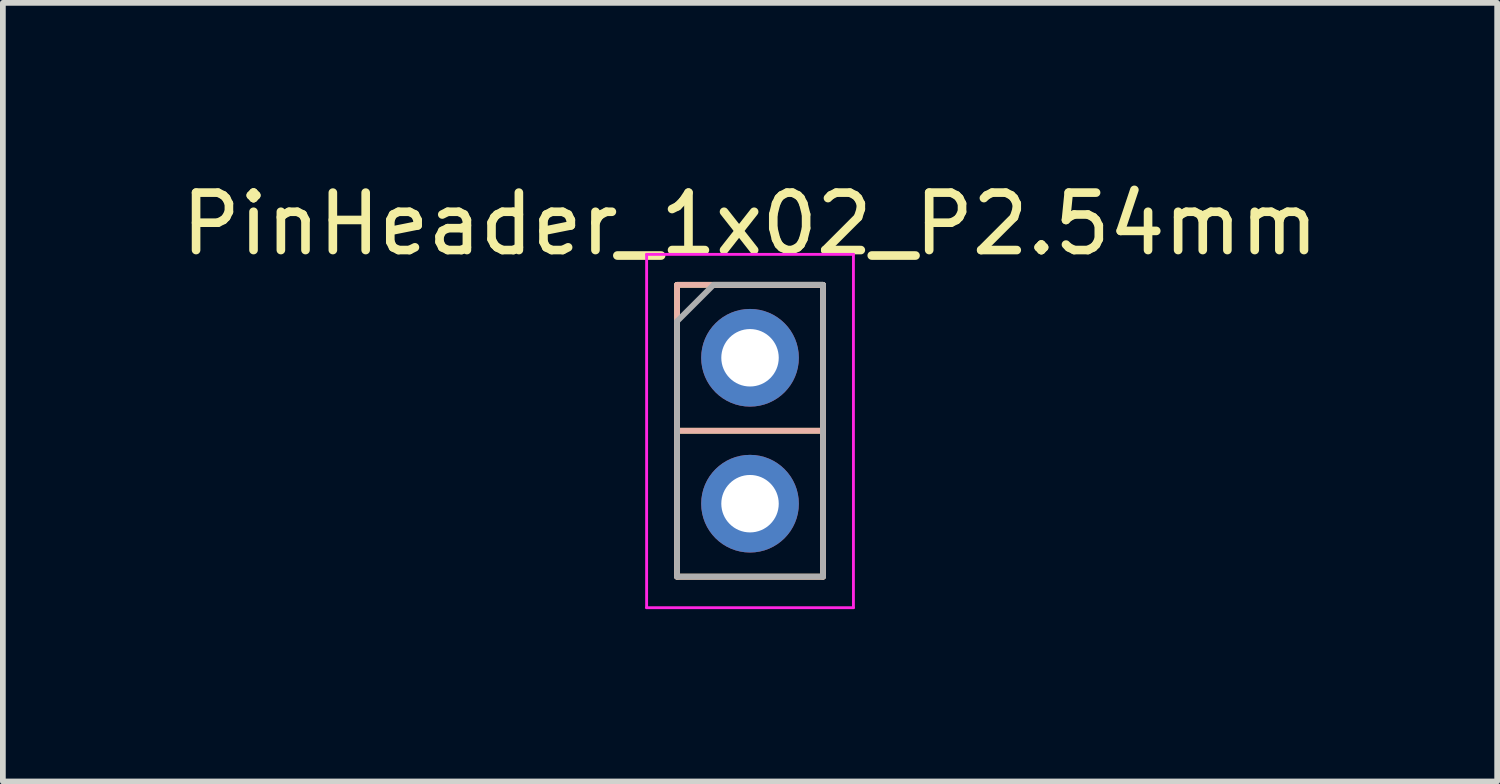
<source format=kicad_pcb>
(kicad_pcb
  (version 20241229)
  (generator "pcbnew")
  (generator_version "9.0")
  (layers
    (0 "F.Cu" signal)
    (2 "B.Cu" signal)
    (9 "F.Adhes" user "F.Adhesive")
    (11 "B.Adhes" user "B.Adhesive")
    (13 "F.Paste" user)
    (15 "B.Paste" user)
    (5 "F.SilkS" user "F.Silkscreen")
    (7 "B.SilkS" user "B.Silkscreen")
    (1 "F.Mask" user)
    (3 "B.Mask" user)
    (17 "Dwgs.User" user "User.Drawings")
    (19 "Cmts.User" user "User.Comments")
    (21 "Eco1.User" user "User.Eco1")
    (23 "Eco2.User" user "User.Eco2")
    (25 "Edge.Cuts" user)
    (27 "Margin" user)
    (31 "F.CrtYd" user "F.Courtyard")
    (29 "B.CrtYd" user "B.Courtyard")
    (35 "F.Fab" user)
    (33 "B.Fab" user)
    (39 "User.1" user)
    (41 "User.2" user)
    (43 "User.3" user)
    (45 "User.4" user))
  (footprint "PinHeader_1x02_P2.54mm"
    (layer "F.Cu")
    (at 10.006 3.178)
    (property "Reference" "PinHeader_1x02_P2.54mm" (at 0 -2.33 180) (layer "F.SilkS") (effects (font (size 1 1) (thickness 0.15))))
    (attr through_hole)
    (fp_line (start -1.27 -1.27) (end 1.27 -1.27) (stroke (width 0.1) (type default)) (layer "F.SilkS"))
    (fp_line (start -1.27 1.27) (end 1.27 1.27) (stroke (width 0.1) (type default)) (layer "F.SilkS"))
    (fp_line (start -1.27 3.81) (end -1.27 -1.27) (stroke (width 0.1) (type default)) (layer "F.SilkS"))
    (fp_line (start 1.27 -1.27) (end 1.27 3.81) (stroke (width 0.1) (type default)) (layer "F.SilkS"))
    (fp_line (start 1.27 3.81) (end -1.27 3.81) (stroke (width 0.1) (type default)) (layer "F.SilkS"))
    (fp_line (start -1.27 -1.27) (end 1.27 -1.27) (stroke (width 0.1) (type default)) (layer "B.SilkS"))
    (fp_line (start -1.27 1.27) (end 1.27 1.27) (stroke (width 0.1) (type default)) (layer "B.SilkS"))
    (fp_line (start -1.27 3.81) (end -1.27 -1.27) (stroke (width 0.1) (type default)) (layer "B.SilkS"))
    (fp_line (start 1.27 -1.27) (end 1.27 3.81) (stroke (width 0.1) (type default)) (layer "B.SilkS"))
    (fp_line (start 1.27 3.81) (end -1.27 3.81) (stroke (width 0.1) (type default)) (layer "B.SilkS"))
    (fp_line (start -1.8 -1.8) (end -1.8 4.35) (stroke (width 0.05) (type solid)) (layer "F.CrtYd"))
    (fp_line (start -1.8 4.35) (end 1.8 4.35) (stroke (width 0.05) (type solid)) (layer "F.CrtYd"))
    (fp_line (start 1.8 -1.8) (end -1.8 -1.8) (stroke (width 0.05) (type solid)) (layer "F.CrtYd"))
    (fp_line (start 1.8 4.35) (end 1.8 -1.8) (stroke (width 0.05) (type solid)) (layer "F.CrtYd"))
    (fp_line (start -1.27 -0.635) (end -0.635 -1.27) (stroke (width 0.1) (type solid)) (layer "F.Fab"))
    (fp_line (start -1.27 3.81) (end -1.27 -0.635) (stroke (width 0.1) (type solid)) (layer "F.Fab"))
    (fp_line (start -0.635 -1.27) (end 1.27 -1.27) (stroke (width 0.1) (type solid)) (layer "F.Fab"))
    (fp_line (start 1.27 -1.27) (end 1.27 3.81) (stroke (width 0.1) (type solid)) (layer "F.Fab"))
    (fp_line (start 1.27 3.81) (end -1.27 3.81) (stroke (width 0.1) (type solid)) (layer "F.Fab"))
    (pad "1" thru_hole circle (at 0 0) (size 1.7 1.7) (drill 1) (layers "*.Cu" "*.Mask"))
    (pad "2" thru_hole oval (at 0 2.54) (size 1.7 1.7) (drill 1) (layers "*.Cu" "*.Mask")))
  (gr_rect
    (start -3 -3)
    (end 23.012 10.553)
    (stroke (width 0.1) (type default))
    (fill no)
    (layer "Edge.Cuts")))
</source>
